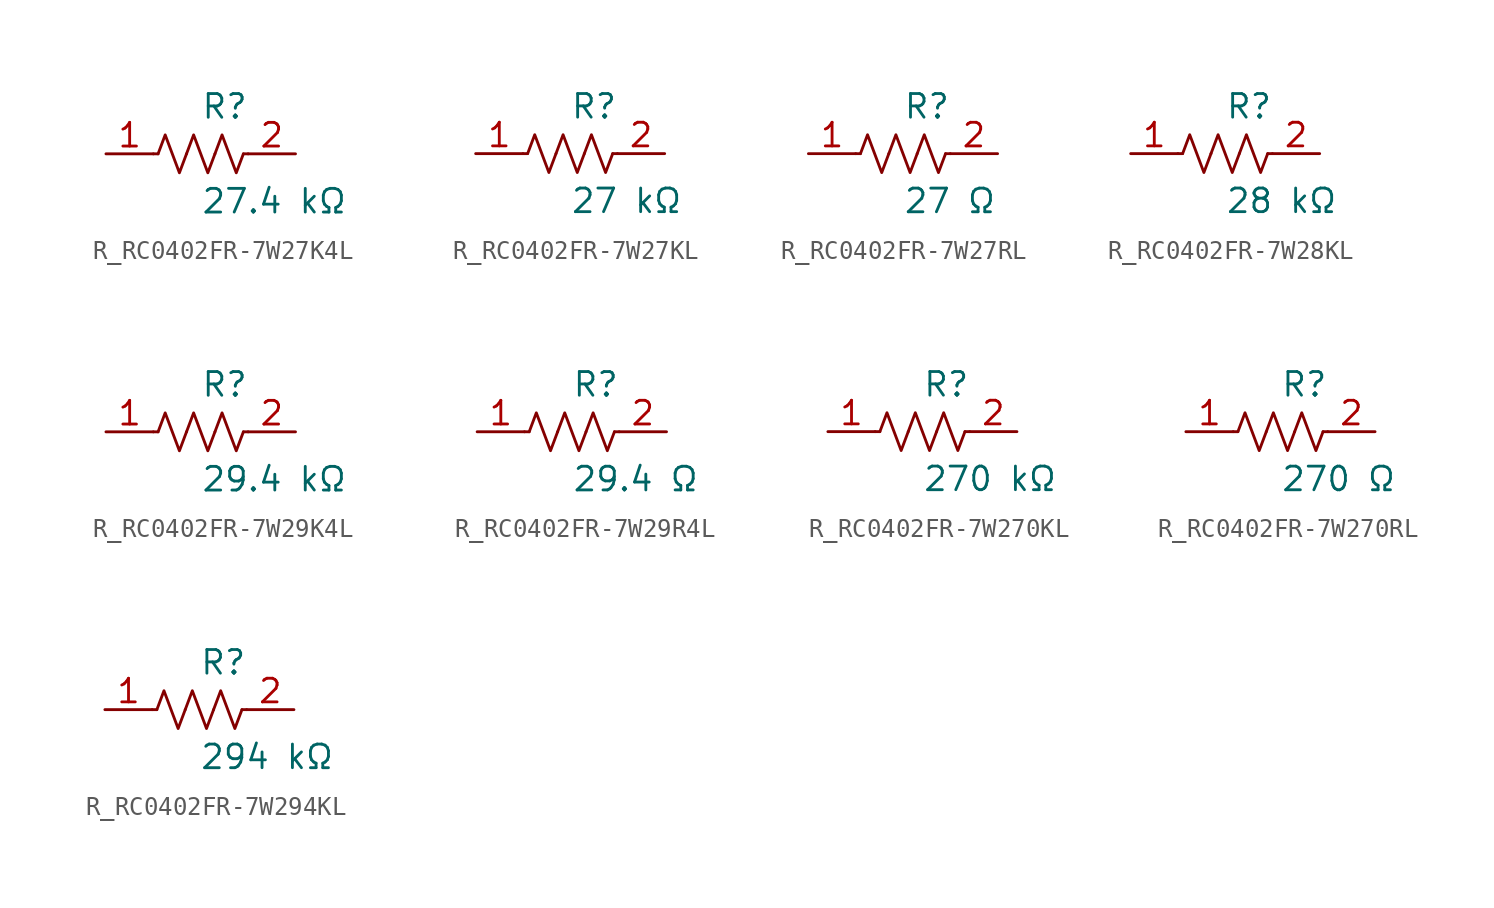
<source format=kicad_sym>
(kicad_symbol_lib
  (version 20231120)
  (generator kicad_symbol_editor)
  (generator_version 8.0)
  (symbol "R_RC0402FR-7W27K4L"
    (pin_names
      (offset 0.254))
    (property "Reference" "R"
      (at 0 2.54 0)
      (effects (font (size 1.27 1.27)) (justify left)))
    (property "Value" "27.4 kΩ"
      (at 0 -2.54 0)
      (effects (font (size 1.27 1.27)) (justify left)))
    (symbol "R_RC0402FR-7W27K4L_0_1"
      (polyline (pts (xy 2.286 0) (xy 2.54 0)) (stroke (width 0) (type default)) (fill (type none)))
      (polyline (pts (xy -2.286 0) (xy -2.54 0)) (stroke (width 0) (type default)) (fill (type none)))
      (polyline (pts (xy 0.762 0) (xy 1.143 1.016) (xy 1.524 0) (xy 1.905 -1.016) (xy 2.286 0)) (stroke (width 0) (type default)) (fill (type none)))
      (polyline (pts (xy -0.762 0) (xy -0.381 1.016) (xy 0 0) (xy 0.381 -1.016) (xy 0.762 0)) (stroke (width 0) (type default)) (fill (type none)))
      (polyline (pts (xy -2.286 0) (xy -1.905 1.016) (xy -1.524 0) (xy -1.143 -1.016) (xy -0.762 0)) (stroke (width 0) (type default)) (fill (type none))))
    (pin passive line
      (at -5.08 0 0)
      (length 2.54)
      (name "" (effects (font (size 1.27 1.27))))
      (number "1" (effects (font (size 1.27 1.27)))))
    (pin passive line
      (at 5.08 0 180)
      (length 2.54)
      (name "" (effects (font (size 1.27 1.27))))
      (number "2" (effects (font (size 1.27 1.27))))))
  (symbol "R_RC0402FR-7W27KL"
    (pin_names
      (offset 0.254))
    (property "Reference" "R"
      (at 0 2.54 0)
      (effects (font (size 1.27 1.27)) (justify left)))
    (property "Value" "27 kΩ"
      (at 0 -2.54 0)
      (effects (font (size 1.27 1.27)) (justify left)))
    (symbol "R_RC0402FR-7W27KL_0_1"
      (polyline (pts (xy 2.286 0) (xy 2.54 0)) (stroke (width 0) (type default)) (fill (type none)))
      (polyline (pts (xy -2.286 0) (xy -2.54 0)) (stroke (width 0) (type default)) (fill (type none)))
      (polyline (pts (xy 0.762 0) (xy 1.143 1.016) (xy 1.524 0) (xy 1.905 -1.016) (xy 2.286 0)) (stroke (width 0) (type default)) (fill (type none)))
      (polyline (pts (xy -0.762 0) (xy -0.381 1.016) (xy 0 0) (xy 0.381 -1.016) (xy 0.762 0)) (stroke (width 0) (type default)) (fill (type none)))
      (polyline (pts (xy -2.286 0) (xy -1.905 1.016) (xy -1.524 0) (xy -1.143 -1.016) (xy -0.762 0)) (stroke (width 0) (type default)) (fill (type none))))
    (pin passive line
      (at -5.08 0 0)
      (length 2.54)
      (name "" (effects (font (size 1.27 1.27))))
      (number "1" (effects (font (size 1.27 1.27)))))
    (pin passive line
      (at 5.08 0 180)
      (length 2.54)
      (name "" (effects (font (size 1.27 1.27))))
      (number "2" (effects (font (size 1.27 1.27))))))
  (symbol "R_RC0402FR-7W27RL"
    (pin_names
      (offset 0.254))
    (property "Reference" "R"
      (at 0 2.54 0)
      (effects (font (size 1.27 1.27)) (justify left)))
    (property "Value" "27 Ω"
      (at 0 -2.54 0)
      (effects (font (size 1.27 1.27)) (justify left)))
    (symbol "R_RC0402FR-7W27RL_0_1"
      (polyline (pts (xy 2.286 0) (xy 2.54 0)) (stroke (width 0) (type default)) (fill (type none)))
      (polyline (pts (xy -2.286 0) (xy -2.54 0)) (stroke (width 0) (type default)) (fill (type none)))
      (polyline (pts (xy 0.762 0) (xy 1.143 1.016) (xy 1.524 0) (xy 1.905 -1.016) (xy 2.286 0)) (stroke (width 0) (type default)) (fill (type none)))
      (polyline (pts (xy -0.762 0) (xy -0.381 1.016) (xy 0 0) (xy 0.381 -1.016) (xy 0.762 0)) (stroke (width 0) (type default)) (fill (type none)))
      (polyline (pts (xy -2.286 0) (xy -1.905 1.016) (xy -1.524 0) (xy -1.143 -1.016) (xy -0.762 0)) (stroke (width 0) (type default)) (fill (type none))))
    (pin passive line
      (at -5.08 0 0)
      (length 2.54)
      (name "" (effects (font (size 1.27 1.27))))
      (number "1" (effects (font (size 1.27 1.27)))))
    (pin passive line
      (at 5.08 0 180)
      (length 2.54)
      (name "" (effects (font (size 1.27 1.27))))
      (number "2" (effects (font (size 1.27 1.27))))))
  (symbol "R_RC0402FR-7W28KL"
    (pin_names
      (offset 0.254))
    (property "Reference" "R"
      (at 0 2.54 0)
      (effects (font (size 1.27 1.27)) (justify left)))
    (property "Value" "28 kΩ"
      (at 0 -2.54 0)
      (effects (font (size 1.27 1.27)) (justify left)))
    (symbol "R_RC0402FR-7W28KL_0_1"
      (polyline (pts (xy 2.286 0) (xy 2.54 0)) (stroke (width 0) (type default)) (fill (type none)))
      (polyline (pts (xy -2.286 0) (xy -2.54 0)) (stroke (width 0) (type default)) (fill (type none)))
      (polyline (pts (xy 0.762 0) (xy 1.143 1.016) (xy 1.524 0) (xy 1.905 -1.016) (xy 2.286 0)) (stroke (width 0) (type default)) (fill (type none)))
      (polyline (pts (xy -0.762 0) (xy -0.381 1.016) (xy 0 0) (xy 0.381 -1.016) (xy 0.762 0)) (stroke (width 0) (type default)) (fill (type none)))
      (polyline (pts (xy -2.286 0) (xy -1.905 1.016) (xy -1.524 0) (xy -1.143 -1.016) (xy -0.762 0)) (stroke (width 0) (type default)) (fill (type none))))
    (pin passive line
      (at -5.08 0 0)
      (length 2.54)
      (name "" (effects (font (size 1.27 1.27))))
      (number "1" (effects (font (size 1.27 1.27)))))
    (pin passive line
      (at 5.08 0 180)
      (length 2.54)
      (name "" (effects (font (size 1.27 1.27))))
      (number "2" (effects (font (size 1.27 1.27))))))
  (symbol "R_RC0402FR-7W29K4L"
    (pin_names
      (offset 0.254))
    (property "Reference" "R"
      (at 0 2.54 0)
      (effects (font (size 1.27 1.27)) (justify left)))
    (property "Value" "29.4 kΩ"
      (at 0 -2.54 0)
      (effects (font (size 1.27 1.27)) (justify left)))
    (symbol "R_RC0402FR-7W29K4L_0_1"
      (polyline (pts (xy 2.286 0) (xy 2.54 0)) (stroke (width 0) (type default)) (fill (type none)))
      (polyline (pts (xy -2.286 0) (xy -2.54 0)) (stroke (width 0) (type default)) (fill (type none)))
      (polyline (pts (xy 0.762 0) (xy 1.143 1.016) (xy 1.524 0) (xy 1.905 -1.016) (xy 2.286 0)) (stroke (width 0) (type default)) (fill (type none)))
      (polyline (pts (xy -0.762 0) (xy -0.381 1.016) (xy 0 0) (xy 0.381 -1.016) (xy 0.762 0)) (stroke (width 0) (type default)) (fill (type none)))
      (polyline (pts (xy -2.286 0) (xy -1.905 1.016) (xy -1.524 0) (xy -1.143 -1.016) (xy -0.762 0)) (stroke (width 0) (type default)) (fill (type none))))
    (pin passive line
      (at -5.08 0 0)
      (length 2.54)
      (name "" (effects (font (size 1.27 1.27))))
      (number "1" (effects (font (size 1.27 1.27)))))
    (pin passive line
      (at 5.08 0 180)
      (length 2.54)
      (name "" (effects (font (size 1.27 1.27))))
      (number "2" (effects (font (size 1.27 1.27))))))
  (symbol "R_RC0402FR-7W29R4L"
    (pin_names
      (offset 0.254))
    (property "Reference" "R"
      (at 0 2.54 0)
      (effects (font (size 1.27 1.27)) (justify left)))
    (property "Value" "29.4 Ω"
      (at 0 -2.54 0)
      (effects (font (size 1.27 1.27)) (justify left)))
    (symbol "R_RC0402FR-7W29R4L_0_1"
      (polyline (pts (xy 2.286 0) (xy 2.54 0)) (stroke (width 0) (type default)) (fill (type none)))
      (polyline (pts (xy -2.286 0) (xy -2.54 0)) (stroke (width 0) (type default)) (fill (type none)))
      (polyline (pts (xy 0.762 0) (xy 1.143 1.016) (xy 1.524 0) (xy 1.905 -1.016) (xy 2.286 0)) (stroke (width 0) (type default)) (fill (type none)))
      (polyline (pts (xy -0.762 0) (xy -0.381 1.016) (xy 0 0) (xy 0.381 -1.016) (xy 0.762 0)) (stroke (width 0) (type default)) (fill (type none)))
      (polyline (pts (xy -2.286 0) (xy -1.905 1.016) (xy -1.524 0) (xy -1.143 -1.016) (xy -0.762 0)) (stroke (width 0) (type default)) (fill (type none))))
    (pin passive line
      (at -5.08 0 0)
      (length 2.54)
      (name "" (effects (font (size 1.27 1.27))))
      (number "1" (effects (font (size 1.27 1.27)))))
    (pin passive line
      (at 5.08 0 180)
      (length 2.54)
      (name "" (effects (font (size 1.27 1.27))))
      (number "2" (effects (font (size 1.27 1.27))))))
  (symbol "R_RC0402FR-7W270KL"
    (pin_names
      (offset 0.254))
    (property "Reference" "R"
      (at 0 2.54 0)
      (effects (font (size 1.27 1.27)) (justify left)))
    (property "Value" "270 kΩ"
      (at 0 -2.54 0)
      (effects (font (size 1.27 1.27)) (justify left)))
    (symbol "R_RC0402FR-7W270KL_0_1"
      (polyline (pts (xy 2.286 0) (xy 2.54 0)) (stroke (width 0) (type default)) (fill (type none)))
      (polyline (pts (xy -2.286 0) (xy -2.54 0)) (stroke (width 0) (type default)) (fill (type none)))
      (polyline (pts (xy 0.762 0) (xy 1.143 1.016) (xy 1.524 0) (xy 1.905 -1.016) (xy 2.286 0)) (stroke (width 0) (type default)) (fill (type none)))
      (polyline (pts (xy -0.762 0) (xy -0.381 1.016) (xy 0 0) (xy 0.381 -1.016) (xy 0.762 0)) (stroke (width 0) (type default)) (fill (type none)))
      (polyline (pts (xy -2.286 0) (xy -1.905 1.016) (xy -1.524 0) (xy -1.143 -1.016) (xy -0.762 0)) (stroke (width 0) (type default)) (fill (type none))))
    (pin passive line
      (at -5.08 0 0)
      (length 2.54)
      (name "" (effects (font (size 1.27 1.27))))
      (number "1" (effects (font (size 1.27 1.27)))))
    (pin passive line
      (at 5.08 0 180)
      (length 2.54)
      (name "" (effects (font (size 1.27 1.27))))
      (number "2" (effects (font (size 1.27 1.27))))))
  (symbol "R_RC0402FR-7W270RL"
    (pin_names
      (offset 0.254))
    (property "Reference" "R"
      (at 0 2.54 0)
      (effects (font (size 1.27 1.27)) (justify left)))
    (property "Value" "270 Ω"
      (at 0 -2.54 0)
      (effects (font (size 1.27 1.27)) (justify left)))
    (symbol "R_RC0402FR-7W270RL_0_1"
      (polyline (pts (xy 2.286 0) (xy 2.54 0)) (stroke (width 0) (type default)) (fill (type none)))
      (polyline (pts (xy -2.286 0) (xy -2.54 0)) (stroke (width 0) (type default)) (fill (type none)))
      (polyline (pts (xy 0.762 0) (xy 1.143 1.016) (xy 1.524 0) (xy 1.905 -1.016) (xy 2.286 0)) (stroke (width 0) (type default)) (fill (type none)))
      (polyline (pts (xy -0.762 0) (xy -0.381 1.016) (xy 0 0) (xy 0.381 -1.016) (xy 0.762 0)) (stroke (width 0) (type default)) (fill (type none)))
      (polyline (pts (xy -2.286 0) (xy -1.905 1.016) (xy -1.524 0) (xy -1.143 -1.016) (xy -0.762 0)) (stroke (width 0) (type default)) (fill (type none))))
    (pin passive line
      (at -5.08 0 0)
      (length 2.54)
      (name "" (effects (font (size 1.27 1.27))))
      (number "1" (effects (font (size 1.27 1.27)))))
    (pin passive line
      (at 5.08 0 180)
      (length 2.54)
      (name "" (effects (font (size 1.27 1.27))))
      (number "2" (effects (font (size 1.27 1.27))))))
  (symbol "R_RC0402FR-7W294KL"
    (pin_names
      (offset 0.254))
    (property "Reference" "R"
      (at 0 2.54 0)
      (effects (font (size 1.27 1.27)) (justify left)))
    (property "Value" "294 kΩ"
      (at 0 -2.54 0)
      (effects (font (size 1.27 1.27)) (justify left)))
    (symbol "R_RC0402FR-7W294KL_0_1"
      (polyline (pts (xy 2.286 0) (xy 2.54 0)) (stroke (width 0) (type default)) (fill (type none)))
      (polyline (pts (xy -2.286 0) (xy -2.54 0)) (stroke (width 0) (type default)) (fill (type none)))
      (polyline (pts (xy 0.762 0) (xy 1.143 1.016) (xy 1.524 0) (xy 1.905 -1.016) (xy 2.286 0)) (stroke (width 0) (type default)) (fill (type none)))
      (polyline (pts (xy -0.762 0) (xy -0.381 1.016) (xy 0 0) (xy 0.381 -1.016) (xy 0.762 0)) (stroke (width 0) (type default)) (fill (type none)))
      (polyline (pts (xy -2.286 0) (xy -1.905 1.016) (xy -1.524 0) (xy -1.143 -1.016) (xy -0.762 0)) (stroke (width 0) (type default)) (fill (type none))))
    (pin passive line
      (at -5.08 0 0)
      (length 2.54)
      (name "" (effects (font (size 1.27 1.27))))
      (number "1" (effects (font (size 1.27 1.27)))))
    (pin passive line
      (at 5.08 0 180)
      (length 2.54)
      (name "" (effects (font (size 1.27 1.27))))
      (number "2" (effects (font (size 1.27 1.27)))))))
</source>
